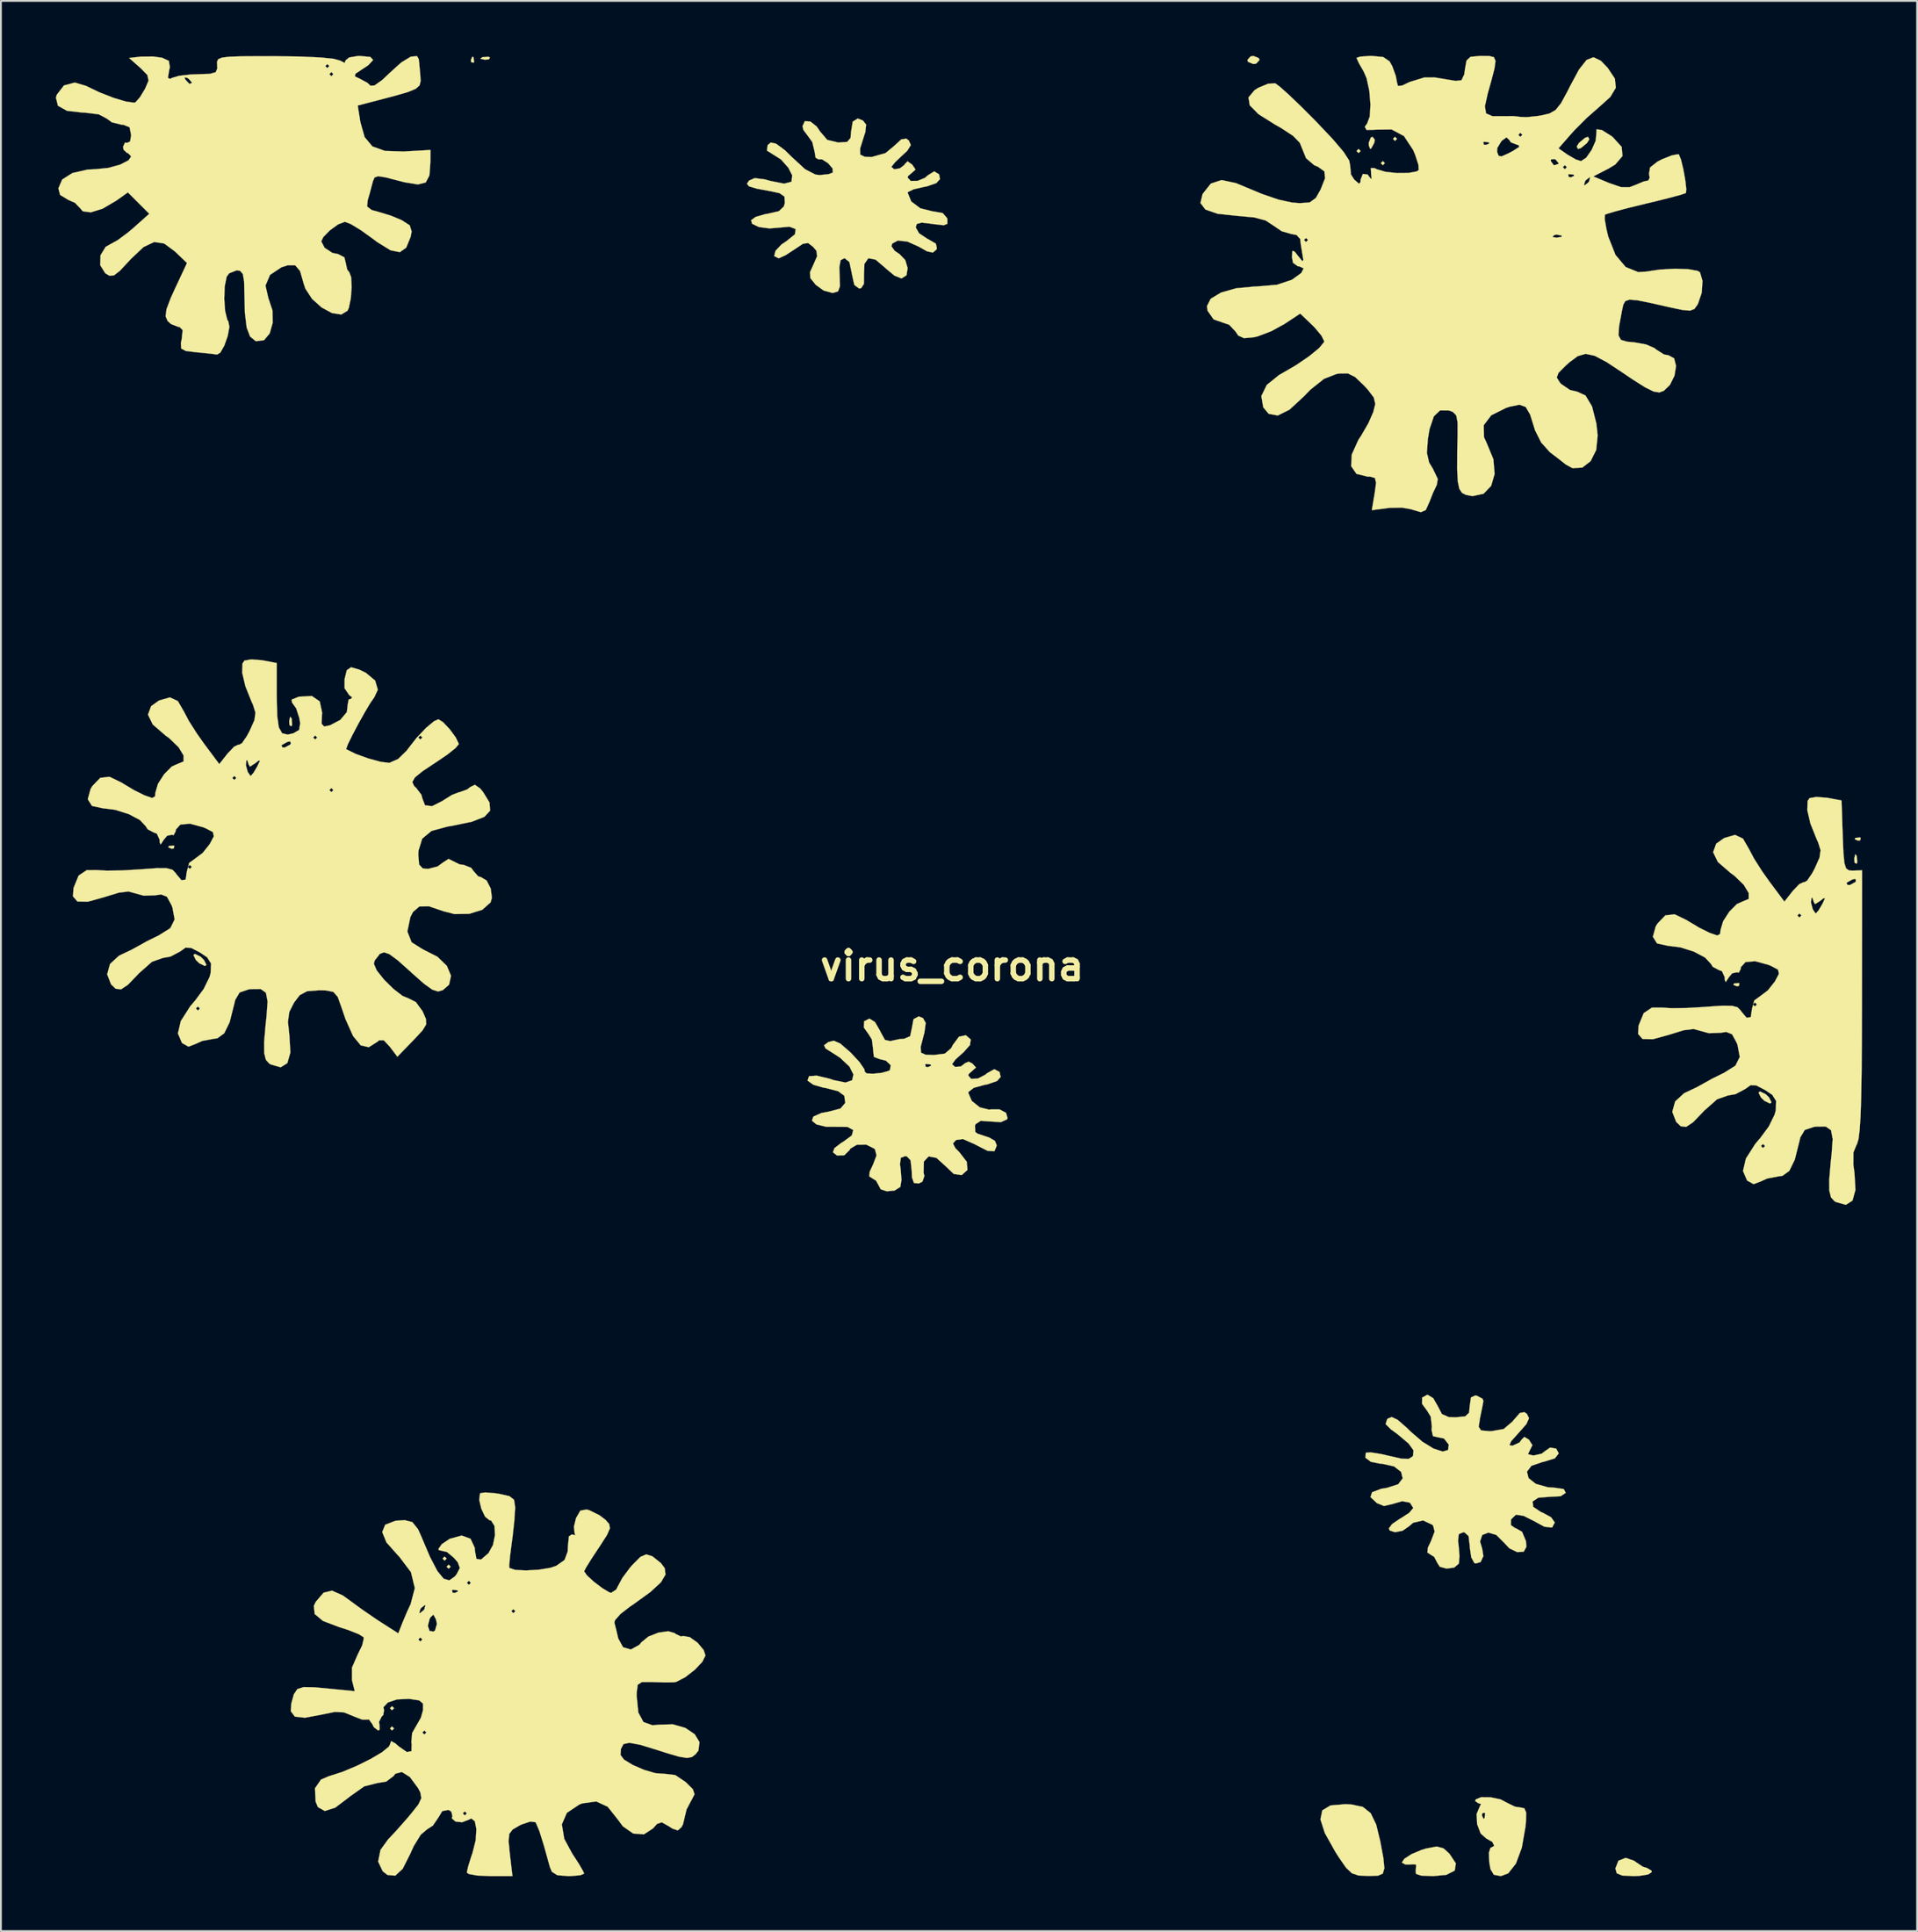
<source format=kicad_pcb>
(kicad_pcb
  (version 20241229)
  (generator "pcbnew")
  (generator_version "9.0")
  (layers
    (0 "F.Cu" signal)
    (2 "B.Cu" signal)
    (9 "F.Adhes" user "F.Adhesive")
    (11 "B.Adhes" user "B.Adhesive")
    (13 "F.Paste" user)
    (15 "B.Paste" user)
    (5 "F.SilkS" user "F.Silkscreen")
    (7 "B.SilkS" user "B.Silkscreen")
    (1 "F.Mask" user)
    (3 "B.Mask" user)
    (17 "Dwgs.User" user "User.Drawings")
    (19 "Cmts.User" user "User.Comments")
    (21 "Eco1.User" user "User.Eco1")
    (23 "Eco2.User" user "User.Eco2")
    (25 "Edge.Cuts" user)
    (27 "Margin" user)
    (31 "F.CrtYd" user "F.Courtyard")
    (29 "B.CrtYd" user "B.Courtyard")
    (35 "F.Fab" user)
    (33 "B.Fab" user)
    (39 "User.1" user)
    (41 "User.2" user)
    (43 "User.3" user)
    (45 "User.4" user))
  (footprint "virus_corona"
    (layer "F.Cu")
    (at 48.95 49.701)
    (property "Reference" "virus_corona" (at 0 0 0) (layer "F.SilkS") (effects (font (size 1.524 1.524) (thickness 0.3))))
    (attr through_hole)
    (fp_poly (pts (xy -30.48 40.53) (xy -30.59 40.64) (xy -30.701 40.53) (xy -30.59 40.419) (xy -30.48 40.53)) (stroke (width 0.01) (type solid)) (fill yes) (layer "F.SilkS"))
    (fp_poly (pts (xy -30.48 41.634) (xy -30.59 41.744) (xy -30.701 41.634) (xy -30.59 41.523) (xy -30.48 41.634)) (stroke (width 0.01) (type solid)) (fill yes) (layer "F.SilkS"))
    (fp_poly (pts (xy -27.609 32.357) (xy -27.719 32.468) (xy -27.83 32.357) (xy -27.719 32.247) (xy -27.609 32.357)) (stroke (width 0.01) (type solid)) (fill yes) (layer "F.SilkS"))
    (fp_poly (pts (xy -27.388 32.799) (xy -27.498 32.91) (xy -27.609 32.799) (xy -27.498 32.689) (xy -27.388 32.799)) (stroke (width 0.01) (type solid)) (fill yes) (layer "F.SilkS"))
    (fp_poly (pts (xy 22.308 -44.505) (xy 22.197 -44.395) (xy 22.087 -44.505) (xy 22.197 -44.616) (xy 22.308 -44.505)) (stroke (width 0.01) (type solid)) (fill yes) (layer "F.SilkS"))
    (fp_poly (pts (xy 23.633 -43.843) (xy 23.523 -43.732) (xy 23.412 -43.843) (xy 23.523 -43.953) (xy 23.633 -43.843)) (stroke (width 0.01) (type solid)) (fill yes) (layer "F.SilkS"))
    (fp_poly (pts (xy 24.296 -45.168) (xy 24.185 -45.057) (xy 24.075 -45.168) (xy 24.185 -45.278) (xy 24.296 -45.168)) (stroke (width 0.01) (type solid)) (fill yes) (layer "F.SilkS"))
    (fp_poly (pts (xy -42.481 -6.552) (xy -42.511 -6.421) (xy -42.628 -6.405) (xy -42.81 -6.486) (xy -42.775 -6.552) (xy -42.513 -6.579) (xy -42.481 -6.552)) (stroke (width 0.01) (type solid)) (fill yes) (layer "F.SilkS"))
    (fp_poly (pts (xy -36.072 -13.514) (xy -36.045 -13.169) (xy -36.089 -13.091) (xy -36.19 -13.157) (xy -36.205 -13.381) (xy -36.151 -13.617) (xy -36.072 -13.514)) (stroke (width 0.01) (type solid)) (fill yes) (layer "F.SilkS"))
    (fp_poly (pts (xy -26.136 -49.622) (xy -26.11 -49.36) (xy -26.136 -49.328) (xy -26.268 -49.358) (xy -26.283 -49.475) (xy -26.203 -49.657) (xy -26.136 -49.622)) (stroke (width 0.01) (type solid)) (fill yes) (layer "F.SilkS"))
    (fp_poly (pts (xy -25.239 -49.608) (xy -25.305 -49.508) (xy -25.529 -49.492) (xy -25.765 -49.546) (xy -25.662 -49.626) (xy -25.317 -49.652) (xy -25.239 -49.608)) (stroke (width 0.01) (type solid)) (fill yes) (layer "F.SilkS"))
    (fp_poly (pts (xy 42.996 0.957) (xy 42.966 1.088) (xy 42.849 1.104) (xy 42.667 1.024) (xy 42.701 0.957) (xy 42.964 0.931) (xy 42.996 0.957)) (stroke (width 0.01) (type solid)) (fill yes) (layer "F.SilkS"))
    (fp_poly (pts (xy 49.405 -6.005) (xy 49.431 -5.66) (xy 49.387 -5.582) (xy 49.287 -5.647) (xy 49.271 -5.871) (xy 49.325 -6.107) (xy 49.405 -6.005)) (stroke (width 0.01) (type solid)) (fill yes) (layer "F.SilkS"))
    (fp_poly (pts (xy 49.622 -6.994) (xy 49.592 -6.863) (xy 49.475 -6.847) (xy 49.293 -6.928) (xy 49.328 -6.994) (xy 49.59 -7.021) (xy 49.622 -6.994)) (stroke (width 0.01) (type solid)) (fill yes) (layer "F.SilkS"))
    (fp_poly (pts (xy -41.045 -0.51) (xy -40.861 -0.331) (xy -40.728 -0.065) (xy -40.807 0) (xy -41.119 -0.152) (xy -41.303 -0.331) (xy -41.435 -0.598) (xy -41.357 -0.663) (xy -41.045 -0.51)) (stroke (width 0.01) (type solid)) (fill yes) (layer "F.SilkS"))
    (fp_poly (pts (xy 16.749 -49.576) (xy 16.786 -49.475) (xy 16.607 -49.279) (xy 16.455 -49.254) (xy 16.161 -49.373) (xy 16.123 -49.475) (xy 16.302 -49.671) (xy 16.455 -49.696) (xy 16.749 -49.576)) (stroke (width 0.01) (type solid)) (fill yes) (layer "F.SilkS"))
    (fp_poly (pts (xy 23.085 -45.116) (xy 23.05 -44.947) (xy 22.894 -44.656) (xy 22.836 -44.616) (xy 22.759 -44.796) (xy 22.75 -44.947) (xy 22.865 -45.241) (xy 22.964 -45.278) (xy 23.085 -45.116)) (stroke (width 0.01) (type solid)) (fill yes) (layer "F.SilkS"))
    (fp_poly (pts (xy 34.798 -45.145) (xy 34.677 -44.947) (xy 34.344 -44.669) (xy 34.181 -44.616) (xy 34.113 -44.749) (xy 34.235 -44.947) (xy 34.567 -45.225) (xy 34.731 -45.278) (xy 34.798 -45.145)) (stroke (width 0.01) (type solid)) (fill yes) (layer "F.SilkS"))
    (fp_poly (pts (xy 44.432 6.999) (xy 44.616 7.178) (xy 44.748 7.445) (xy 44.67 7.51) (xy 44.358 7.357) (xy 44.174 7.178) (xy 44.041 6.912) (xy 44.12 6.847) (xy 44.432 6.999)) (stroke (width 0.01) (type solid)) (fill yes) (layer "F.SilkS"))
    (fp_poly (pts (xy 37.253 48.861) (xy 37.321 48.917) (xy 37.725 49.187) (xy 37.952 49.254) (xy 38.196 49.401) (xy 38.21 49.475) (xy 38.013 49.607) (xy 37.514 49.686) (xy 37.217 49.696) (xy 36.592 49.665) (xy 36.297 49.542) (xy 36.223 49.28) (xy 36.223 49.278) (xy 36.39 48.856) (xy 36.785 48.7) (xy 37.253 48.861)) (stroke (width 0.01) (type solid)) (fill yes) (layer "F.SilkS"))
    (fp_poly (pts (xy 26.835 48.181) (xy 27.156 48.469) (xy 27.509 49.002) (xy 27.45 49.393) (xy 26.988 49.628) (xy 26.267 49.696) (xy 25.623 49.671) (xy 25.334 49.576) (xy 25.314 49.381) (xy 25.324 49.355) (xy 25.343 49.083) (xy 25.261 49.05) (xy 24.88 49.066) (xy 24.745 49.059) (xy 24.559 48.956) (xy 24.702 48.747) (xy 25.093 48.494) (xy 25.652 48.26) (xy 25.88 48.192) (xy 26.458 48.081) (xy 26.835 48.181)) (stroke (width 0.01) (type solid)) (fill yes) (layer "F.SilkS"))
    (fp_poly (pts (xy 21.807 45.786) (xy 22.427 45.917) (xy 22.857 46.257) (xy 23.16 46.884) (xy 23.382 47.8) (xy 23.55 48.708) (xy 23.606 49.267) (xy 23.519 49.561) (xy 23.259 49.673) (xy 22.795 49.689) (xy 22.694 49.688) (xy 22.189 49.663) (xy 21.832 49.541) (xy 21.514 49.24) (xy 21.123 48.676) (xy 20.927 48.368) (xy 20.355 47.347) (xy 20.115 46.601) (xy 20.217 46.105) (xy 20.668 45.836) (xy 21.477 45.769) (xy 21.807 45.786)) (stroke (width 0.01) (type solid)) (fill yes) (layer "F.SilkS"))
    (fp_poly (pts (xy 29.41 45.393) (xy 29.956 45.508) (xy 30.335 45.708) (xy 30.741 45.907) (xy 30.994 45.941) (xy 31.247 45.993) (xy 31.35 46.223) (xy 31.337 46.743) (xy 31.313 46.99) (xy 31.113 48.142) (xy 30.789 49.013) (xy 30.368 49.548) (xy 29.963 49.696) (xy 29.585 49.622) (xy 29.4 49.316) (xy 29.334 48.923) (xy 29.318 48.414) (xy 29.396 48.157) (xy 29.42 48.15) (xy 29.605 48.044) (xy 29.503 47.829) (xy 29.188 47.652) (xy 29.184 47.651) (xy 28.867 47.372) (xy 28.672 46.858) (xy 28.648 46.383) (xy 28.934 46.383) (xy 29.015 46.564) (xy 29.081 46.53) (xy 29.108 46.268) (xy 29.081 46.235) (xy 28.95 46.266) (xy 28.934 46.383) (xy 28.648 46.383) (xy 28.644 46.306) (xy 28.796 45.946) (xy 28.885 45.751) (xy 28.744 45.72) (xy 28.567 45.599) (xy 28.596 45.51) (xy 28.892 45.387) (xy 29.41 45.393)) (stroke (width 0.01) (type solid)) (fill yes) (layer "F.SilkS"))
    (fp_poly (pts (xy -4.874 -46.171) (xy -4.698 -45.948) (xy -4.742 -45.541) (xy -4.829 -45.269) (xy -5.027 -44.635) (xy -5.019 -44.308) (xy -4.768 -44.189) (xy -4.407 -44.174) (xy -3.64 -44.39) (xy -3.186 -44.765) (xy -2.781 -45.136) (xy -2.507 -45.182) (xy -2.369 -45.08) (xy -2.256 -44.83) (xy -2.45 -44.518) (xy -2.706 -44.28) (xy -3.105 -43.904) (xy -3.307 -43.655) (xy -3.313 -43.632) (xy -3.161 -43.505) (xy -2.851 -43.56) (xy -2.605 -43.748) (xy -2.586 -43.787) (xy -2.435 -43.942) (xy -2.181 -43.76) (xy -1.998 -43.491) (xy -2.153 -43.355) (xy -2.41 -43.134) (xy -2.43 -43.051) (xy -2.264 -42.871) (xy -1.888 -42.874) (xy -1.485 -43.039) (xy -1.327 -43.178) (xy -0.977 -43.393) (xy -0.716 -43.234) (xy -0.663 -42.974) (xy -0.863 -42.753) (xy -1.38 -42.574) (xy -1.546 -42.543) (xy -2.098 -42.416) (xy -2.406 -42.269) (xy -2.43 -42.226) (xy -2.232 -41.748) (xy -1.736 -41.375) (xy -1.086 -41.214) (xy -0.514 -41.115) (xy -0.27 -40.832) (xy -0.259 -40.783) (xy -0.258 -40.532) (xy -0.462 -40.451) (xy -0.975 -40.508) (xy -1.084 -40.526) (xy -1.667 -40.595) (xy -1.933 -40.522) (xy -1.988 -40.329) (xy -1.803 -40.009) (xy -1.356 -39.713) (xy -1.329 -39.702) (xy -0.887 -39.445) (xy -0.832 -39.18) (xy -0.865 -39.117) (xy -1.057 -38.957) (xy -1.374 -39.029) (xy -1.83 -39.286) (xy -2.443 -39.56) (xy -2.963 -39.616) (xy -3.273 -39.451) (xy -3.313 -39.299) (xy -3.141 -39.057) (xy -2.871 -38.873) (xy -2.56 -38.549) (xy -2.43 -38.11) (xy -2.492 -37.722) (xy -2.76 -37.548) (xy -2.771 -37.548) (xy -3.147 -37.7) (xy -3.595 -38.068) (xy -3.625 -38.1) (xy -4.178 -38.571) (xy -4.576 -38.649) (xy -4.792 -38.34) (xy -4.813 -37.824) (xy -4.818 -37.249) (xy -4.971 -37.014) (xy -5.08 -36.996) (xy -5.344 -37.196) (xy -5.478 -37.807) (xy -5.48 -37.824) (xy -5.61 -38.442) (xy -5.87 -38.652) (xy -5.881 -38.652) (xy -6.092 -38.543) (xy -6.162 -38.154) (xy -6.144 -37.716) (xy -6.127 -37.121) (xy -6.229 -36.842) (xy -6.499 -36.756) (xy -6.535 -36.754) (xy -7.019 -36.887) (xy -7.45 -37.2) (xy -7.746 -37.568) (xy -7.758 -37.898) (xy -7.576 -38.299) (xy -7.372 -38.765) (xy -7.413 -39.059) (xy -7.596 -39.275) (xy -7.864 -39.479) (xy -8.143 -39.442) (xy -8.596 -39.142) (xy -8.602 -39.138) (xy -9.093 -38.817) (xy -9.452 -38.656) (xy -9.488 -38.652) (xy -9.719 -38.769) (xy -9.647 -39.052) (xy -9.319 -39.401) (xy -9.04 -39.589) (xy -8.586 -39.956) (xy -8.544 -40.243) (xy -8.885 -40.373) (xy -9.325 -40.332) (xy -9.979 -40.278) (xy -10.554 -40.354) (xy -10.922 -40.531) (xy -10.981 -40.722) (xy -10.729 -40.908) (xy -10.206 -41.058) (xy -10.053 -41.082) (xy -9.461 -41.22) (xy -9.189 -41.479) (xy -9.135 -41.68) (xy -9.156 -42.015) (xy -9.424 -42.202) (xy -9.887 -42.304) (xy -10.676 -42.45) (xy -11.094 -42.576) (xy -11.206 -42.716) (xy -11.088 -42.893) (xy -10.782 -43.025) (xy -10.25 -42.959) (xy -9.919 -42.869) (xy -9.172 -42.722) (xy -8.773 -42.826) (xy -8.734 -43.175) (xy -8.944 -43.59) (xy -9.348 -44.045) (xy -9.738 -44.291) (xy -10.113 -44.528) (xy -10.077 -44.825) (xy -9.905 -44.968) (xy -9.617 -44.906) (xy -9.14 -44.552) (xy -8.73 -44.153) (xy -8.032 -43.511) (xy -7.467 -43.219) (xy -7.227 -43.19) (xy -6.744 -43.242) (xy -6.513 -43.33) (xy -6.532 -43.558) (xy -6.782 -43.847) (xy -7.105 -44.049) (xy -7.307 -44.052) (xy -7.458 -44.139) (xy -7.51 -44.465) (xy -7.638 -44.997) (xy -7.841 -45.278) (xy -8.122 -45.654) (xy -8.172 -45.857) (xy -8.045 -46.134) (xy -7.746 -46.117) (xy -7.397 -45.843) (xy -7.216 -45.575) (xy -6.822 -45.113) (xy -6.215 -44.967) (xy -5.731 -45.002) (xy -5.546 -45.221) (xy -5.522 -45.541) (xy -5.429 -46.109) (xy -5.154 -46.279) (xy -4.874 -46.171)) (stroke (width 0.01) (type solid)) (fill yes) (layer "F.SilkS"))
    (fp_poly (pts (xy 26.273 23.599) (xy 26.524 24.036) (xy 26.749 24.468) (xy 27.121 24.63) (xy 27.506 24.643) (xy 28.023 24.591) (xy 28.233 24.392) (xy 28.271 24.003) (xy 28.336 23.557) (xy 28.574 23.451) (xy 28.658 23.464) (xy 28.97 23.632) (xy 29.013 23.757) (xy 28.949 24.102) (xy 28.836 24.654) (xy 28.83 24.682) (xy 28.756 25.162) (xy 28.887 25.36) (xy 29.333 25.4) (xy 29.45 25.4) (xy 30.121 25.284) (xy 30.613 24.865) (xy 30.668 24.793) (xy 31.009 24.404) (xy 31.259 24.361) (xy 31.392 24.461) (xy 31.505 24.695) (xy 31.361 25.015) (xy 30.937 25.495) (xy 30.529 25.951) (xy 30.436 26.167) (xy 30.605 26.194) (xy 30.991 26.016) (xy 31.097 25.868) (xy 31.25 25.715) (xy 31.498 25.862) (xy 31.69 26.165) (xy 31.56 26.423) (xy 31.449 26.657) (xy 31.717 26.725) (xy 31.765 26.725) (xy 32.199 26.63) (xy 32.357 26.504) (xy 32.659 26.297) (xy 32.989 26.352) (xy 33.13 26.612) (xy 32.918 26.885) (xy 32.304 27.073) (xy 32.247 27.082) (xy 31.637 27.291) (xy 31.393 27.611) (xy 31.481 27.963) (xy 31.866 28.272) (xy 32.514 28.46) (xy 32.873 28.485) (xy 33.402 28.56) (xy 33.512 28.768) (xy 33.232 28.952) (xy 32.643 28.983) (xy 32.636 28.983) (xy 32.012 29.032) (xy 31.699 29.244) (xy 31.736 29.534) (xy 32.16 29.818) (xy 32.249 29.851) (xy 32.709 30.099) (xy 32.909 30.381) (xy 32.91 30.391) (xy 32.764 30.664) (xy 32.344 30.616) (xy 31.718 30.277) (xy 31.205 30.022) (xy 30.807 29.962) (xy 30.78 29.971) (xy 30.522 30.219) (xy 30.516 30.531) (xy 30.758 30.7) (xy 30.788 30.701) (xy 31.127 30.897) (xy 31.334 31.394) (xy 31.363 31.713) (xy 31.214 31.983) (xy 30.859 32.003) (xy 30.436 31.799) (xy 30.128 31.474) (xy 29.713 31.063) (xy 29.282 30.939) (xy 28.95 31.071) (xy 28.831 31.425) (xy 28.948 31.817) (xy 29.012 32.222) (xy 28.863 32.546) (xy 28.589 32.627) (xy 28.517 32.594) (xy 28.351 32.289) (xy 28.272 31.747) (xy 28.271 31.682) (xy 28.206 31.132) (xy 27.986 30.928) (xy 27.911 30.922) (xy 27.672 31.02) (xy 27.629 31.386) (xy 27.661 31.64) (xy 27.709 32.221) (xy 27.673 32.628) (xy 27.671 32.633) (xy 27.417 32.849) (xy 27.004 32.904) (xy 26.634 32.804) (xy 26.504 32.602) (xy 26.326 32.263) (xy 26.165 32.164) (xy 25.955 32.027) (xy 25.979 31.769) (xy 26.154 31.4) (xy 26.352 30.881) (xy 26.268 30.557) (xy 26.228 30.513) (xy 25.72 30.274) (xy 25.177 30.4) (xy 24.958 30.59) (xy 24.606 30.833) (xy 24.193 30.918) (xy 23.899 30.825) (xy 23.854 30.707) (xy 24.031 30.469) (xy 24.462 30.177) (xy 24.517 30.149) (xy 24.966 29.857) (xy 25.177 29.603) (xy 25.179 29.584) (xy 25.002 29.305) (xy 24.578 29.225) (xy 24.097 29.364) (xy 23.585 29.486) (xy 23.196 29.327) (xy 22.849 29.001) (xy 22.933 28.736) (xy 23.437 28.545) (xy 23.761 28.492) (xy 24.362 28.298) (xy 24.606 27.977) (xy 24.521 27.622) (xy 24.134 27.324) (xy 23.473 27.177) (xy 23.37 27.174) (xy 22.872 27.075) (xy 22.573 26.852) (xy 22.588 26.594) (xy 22.604 26.576) (xy 22.867 26.56) (xy 23.414 26.645) (xy 23.855 26.747) (xy 24.542 26.902) (xy 24.93 26.916) (xy 25.137 26.788) (xy 25.173 26.736) (xy 25.198 26.446) (xy 24.925 26.069) (xy 24.314 25.556) (xy 23.964 25.301) (xy 23.674 25.013) (xy 23.756 24.754) (xy 23.791 24.716) (xy 24.01 24.627) (xy 24.332 24.781) (xy 24.835 25.22) (xy 25.036 25.419) (xy 25.687 25.98) (xy 26.295 26.353) (xy 26.786 26.512) (xy 27.083 26.431) (xy 27.125 26.136) (xy 26.863 25.801) (xy 26.586 25.745) (xy 26.26 25.671) (xy 26.185 25.337) (xy 26.2 25.159) (xy 26.141 24.609) (xy 25.945 24.29) (xy 25.665 23.908) (xy 25.669 23.565) (xy 25.953 23.412) (xy 25.964 23.412) (xy 26.273 23.599)) (stroke (width 0.01) (type solid)) (fill yes) (layer "F.SilkS"))
    (fp_poly (pts (xy -1.594 2.842) (xy -1.443 3.107) (xy -1.515 3.64) (xy -1.549 3.765) (xy -1.716 4.405) (xy -1.701 4.729) (xy -1.451 4.844) (xy -0.989 4.859) (xy -0.397 4.783) (xy -0.058 4.492) (xy 0.04 4.307) (xy 0.374 3.859) (xy 0.747 3.779) (xy 1.017 4.012) (xy 0.972 4.318) (xy 0.619 4.713) (xy 0.588 4.738) (xy 0.19 5.097) (xy 0.002 5.349) (xy 0 5.364) (xy 0.159 5.509) (xy 0.473 5.487) (xy 0.696 5.317) (xy 0.699 5.308) (xy 0.908 5.224) (xy 1.104 5.325) (xy 1.304 5.542) (xy 1.16 5.667) (xy 0.904 5.898) (xy 0.883 5.982) (xy 1.044 6.166) (xy 1.413 6.141) (xy 1.824 5.929) (xy 1.911 5.851) (xy 2.305 5.635) (xy 2.587 5.782) (xy 2.65 6.059) (xy 2.45 6.281) (xy 1.933 6.459) (xy 1.767 6.49) (xy 1.181 6.651) (xy 0.895 6.873) (xy 0.883 6.926) (xy 1.072 7.366) (xy 1.512 7.718) (xy 2.016 7.843) (xy 2.106 7.83) (xy 2.592 7.83) (xy 2.945 8.018) (xy 3.025 8.308) (xy 2.993 8.375) (xy 2.661 8.525) (xy 2.112 8.491) (xy 1.563 8.452) (xy 1.291 8.627) (xy 1.249 8.714) (xy 1.26 9.056) (xy 1.384 9.153) (xy 2.021 9.364) (xy 2.333 9.545) (xy 2.427 9.765) (xy 2.43 9.822) (xy 2.31 10.112) (xy 1.934 10.091) (xy 1.276 9.756) (xy 1.234 9.73) (xy 0.586 9.448) (xy 0.217 9.5) (xy 0.043 9.689) (xy 0.178 9.948) (xy 0.389 10.159) (xy 0.798 10.689) (xy 0.838 11.134) (xy 0.517 11.419) (xy 0.087 11.353) (xy -0.337 10.948) (xy -0.858 10.476) (xy -1.286 10.396) (xy -1.544 10.676) (xy -1.559 11.282) (xy -1.517 11.472) (xy -1.625 11.777) (xy -1.822 11.875) (xy -2.085 11.847) (xy -2.194 11.542) (xy -2.209 11.17) (xy -2.269 10.609) (xy -2.475 10.391) (xy -2.569 10.381) (xy -2.805 10.474) (xy -2.848 10.826) (xy -2.81 11.118) (xy -2.767 11.681) (xy -2.827 12.053) (xy -2.836 12.067) (xy -3.146 12.261) (xy -3.569 12.301) (xy -3.902 12.191) (xy -3.976 12.047) (xy -4.154 11.72) (xy -4.315 11.623) (xy -4.525 11.486) (xy -4.501 11.228) (xy -4.326 10.859) (xy -4.128 10.34) (xy -4.212 10.016) (xy -4.252 9.972) (xy -4.69 9.752) (xy -5.195 9.755) (xy -5.559 9.971) (xy -5.602 10.05) (xy -5.892 10.334) (xy -6.291 10.345) (xy -6.51 10.169) (xy -6.425 9.941) (xy -6.046 9.653) (xy -5.957 9.604) (xy -5.48 9.254) (xy -5.401 8.957) (xy -5.707 8.788) (xy -6.098 8.781) (xy -6.875 8.78) (xy -7.408 8.65) (xy -7.656 8.447) (xy -7.579 8.221) (xy -7.136 8.025) (xy -6.739 7.951) (xy -6.098 7.783) (xy -5.842 7.481) (xy -5.837 7.455) (xy -5.889 7.085) (xy -6.224 6.836) (xy -6.916 6.659) (xy -7.042 6.638) (xy -7.578 6.483) (xy -7.883 6.267) (xy -7.896 6.239) (xy -7.814 6.016) (xy -7.396 5.987) (xy -6.7 6.152) (xy -6.476 6.229) (xy -5.823 6.363) (xy -5.461 6.238) (xy -5.39 5.922) (xy -5.609 5.489) (xy -6.119 5.009) (xy -6.48 4.775) (xy -6.912 4.502) (xy -6.994 4.329) (xy -6.772 4.159) (xy -6.765 4.155) (xy -6.462 4.078) (xy -6.111 4.233) (xy -5.603 4.671) (xy -5.509 4.761) (xy -5.055 5.253) (xy -4.795 5.635) (xy -4.769 5.775) (xy -4.664 5.867) (xy -4.299 5.881) (xy -3.847 5.832) (xy -3.481 5.731) (xy -3.392 5.675) (xy -3.357 5.413) (xy -3.397 5.374) (xy -1.472 5.374) (xy -1.442 5.506) (xy -1.325 5.522) (xy -1.143 5.441) (xy -1.178 5.374) (xy -1.44 5.348) (xy -1.472 5.374) (xy -3.397 5.374) (xy -3.614 5.169) (xy -3.969 5.08) (xy -4.273 4.962) (xy -4.32 4.544) (xy -4.318 4.53) (xy -4.382 4.011) (xy -4.558 3.729) (xy -4.823 3.355) (xy -4.804 3.016) (xy -4.516 2.871) (xy -4.214 3.059) (xy -3.95 3.515) (xy -3.938 3.547) (xy -3.671 4.035) (xy -3.379 4.1) (xy -2.878 3.991) (xy -2.632 3.976) (xy -2.294 3.833) (xy -2.209 3.437) (xy -2.109 2.904) (xy -1.826 2.75) (xy -1.594 2.842)) (stroke (width 0.01) (type solid)) (fill yes) (layer "F.SilkS"))
    (fp_poly (pts (xy 47.769 -9.189) (xy 47.824 -9.18) (xy 48.574 -9.039) (xy 48.638 -7.115) (xy 48.675 -6.191) (xy 48.729 -5.624) (xy 48.823 -5.328) (xy 48.984 -5.218) (xy 49.199 -5.208) (xy 49.696 -5.226) (xy 49.689 2.081) (xy 49.683 4.183) (xy 49.669 5.882) (xy 49.645 7.219) (xy 49.611 8.231) (xy 49.563 8.957) (xy 49.502 9.438) (xy 49.424 9.712) (xy 49.39 9.771) (xy 49.221 10.185) (xy 49.218 10.833) (xy 49.28 11.303) (xy 49.334 12.22) (xy 49.172 12.808) (xy 48.812 13.04) (xy 48.273 12.889) (xy 48.183 12.836) (xy 47.998 12.633) (xy 47.907 12.267) (xy 47.903 11.655) (xy 47.983 10.719) (xy 48.03 10.293) (xy 48.091 9.452) (xy 48.001 8.968) (xy 47.712 8.765) (xy 47.177 8.77) (xy 47.053 8.787) (xy 46.563 8.953) (xy 46.322 9.358) (xy 46.271 9.576) (xy 46.02 10.573) (xy 45.723 11.183) (xy 45.347 11.457) (xy 45.138 11.485) (xy 44.52 11.601) (xy 44.174 11.757) (xy 43.771 11.912) (xy 43.434 11.723) (xy 43.41 11.699) (xy 43.193 11.192) (xy 43.352 10.512) (xy 43.79 9.829) (xy 44.174 9.829) (xy 44.284 9.939) (xy 44.395 9.829) (xy 44.284 9.718) (xy 44.174 9.829) (xy 43.79 9.829) (xy 43.874 9.698) (xy 44.134 9.395) (xy 44.602 8.763) (xy 44.921 8.111) (xy 44.981 7.885) (xy 45.003 7.372) (xy 44.789 7.033) (xy 44.399 6.771) (xy 43.913 6.518) (xy 43.612 6.503) (xy 43.314 6.715) (xy 42.785 6.996) (xy 42.371 7.068) (xy 41.775 7.278) (xy 41.067 7.904) (xy 41.024 7.951) (xy 40.468 8.528) (xy 40.087 8.783) (xy 39.795 8.75) (xy 39.546 8.516) (xy 39.33 7.962) (xy 39.487 7.396) (xy 39.974 6.948) (xy 40.088 6.893) (xy 40.661 6.622) (xy 41.082 6.389) (xy 41.505 6.153) (xy 42.089 5.865) (xy 42.14 5.842) (xy 42.778 5.443) (xy 43.016 4.964) (xy 42.893 4.309) (xy 42.843 4.182) (xy 42.595 3.727) (xy 42.28 3.6) (xy 41.947 3.648) (xy 41.327 3.668) (xy 40.88 3.544) (xy 40.496 3.439) (xy 39.959 3.505) (xy 39.174 3.747) (xy 38.27 3.998) (xy 37.706 3.986) (xy 37.462 3.706) (xy 37.492 3.25) (xy 37.77 2.572) (xy 38.218 2.272) (xy 38.752 2.27) (xy 39.3 2.303) (xy 40.121 2.291) (xy 41.048 2.238) (xy 41.155 2.229) (xy 42.039 2.167) (xy 42.586 2.171) (xy 42.895 2.254) (xy 43.068 2.429) (xy 43.095 2.477) (xy 43.389 2.827) (xy 43.616 2.792) (xy 43.676 2.389) (xy 43.674 2.377) (xy 43.746 2.112) (xy 43.843 2.209) (xy 43.953 2.098) (xy 43.843 1.988) (xy 43.756 2.074) (xy 43.809 1.88) (xy 44.096 1.672) (xy 44.549 1.331) (xy 44.934 0.845) (xy 45.154 0.427) (xy 45.106 0.196) (xy 44.726 -0.004) (xy 44.57 -0.069) (xy 43.855 -0.263) (xy 43.328 -0.216) (xy 43.078 0.061) (xy 43.07 0.149) (xy 42.962 0.362) (xy 42.862 0.34) (xy 42.603 0.396) (xy 42.427 0.603) (xy 42.249 0.873) (xy 42.197 0.757) (xy 42.193 0.607) (xy 42.043 0.28) (xy 41.878 0.221) (xy 41.54 0.042) (xy 41.44 -0.12) (xy 41.118 -0.464) (xy 40.51 -0.786) (xy 39.77 -1.02) (xy 39.094 -1.104) (xy 38.499 -1.234) (xy 38.271 -1.597) (xy 38.425 -2.159) (xy 38.523 -2.321) (xy 38.952 -2.765) (xy 39.457 -2.824) (xy 40.118 -2.505) (xy 40.164 -2.474) (xy 40.806 -2.09) (xy 41.358 -1.816) (xy 41.785 -1.666) (xy 41.945 -1.753) (xy 41.965 -1.963) (xy 42.106 -2.441) (xy 42.312 -2.761) (xy 46.162 -2.761) (xy 46.272 -2.65) (xy 46.383 -2.761) (xy 46.272 -2.871) (xy 46.162 -2.761) (xy 42.312 -2.761) (xy 42.445 -2.967) (xy 42.859 -3.384) (xy 43.031 -3.46) (xy 46.905 -3.46) (xy 47.004 -3.095) (xy 47.151 -2.876) (xy 47.172 -2.871) (xy 47.321 -3.041) (xy 47.515 -3.368) (xy 47.677 -3.704) (xy 47.593 -3.704) (xy 47.413 -3.562) (xy 47.126 -3.379) (xy 47.046 -3.519) (xy 47.045 -3.544) (xy 46.979 -3.735) (xy 46.93 -3.713) (xy 46.905 -3.46) (xy 43.031 -3.46) (xy 43.196 -3.534) (xy 43.503 -3.661) (xy 43.503 -3.988) (xy 43.232 -4.436) (xy 42.725 -4.927) (xy 42.505 -5.089) (xy 41.819 -5.682) (xy 41.56 -6.216) (xy 41.73 -6.681) (xy 42.163 -6.988) (xy 42.757 -7.161) (xy 43.188 -6.959) (xy 43.514 -6.398) (xy 43.791 -5.874) (xy 44.233 -5.178) (xy 44.616 -4.638) (xy 45.453 -3.516) (xy 45.921 -4.111) (xy 46.267 -4.471) (xy 46.428 -4.544) (xy 48.844 -4.544) (xy 48.896 -4.429) (xy 49.02 -4.417) (xy 49.32 -4.578) (xy 49.363 -4.636) (xy 49.327 -4.761) (xy 49.155 -4.723) (xy 48.844 -4.544) (xy 46.428 -4.544) (xy 46.507 -4.58) (xy 46.527 -4.568) (xy 46.695 -4.661) (xy 46.964 -5.054) (xy 47.108 -5.325) (xy 47.371 -5.916) (xy 47.429 -6.324) (xy 47.295 -6.753) (xy 47.217 -6.921) (xy 46.877 -7.773) (xy 46.705 -8.504) (xy 46.72 -9.011) (xy 46.826 -9.167) (xy 47.197 -9.233) (xy 47.769 -9.189)) (stroke (width 0.01) (type solid)) (fill yes) (layer "F.SilkS"))
    (fp_poly (pts (xy -31.777 -49.642) (xy -31.621 -49.476) (xy -31.89 -49.187) (xy -32.191 -48.988) (xy -32.584 -48.727) (xy -32.622 -48.582) (xy -32.357 -48.456) (xy -31.927 -48.223) (xy -31.766 -48.068) (xy -31.543 -48.086) (xy -31.118 -48.389) (xy -30.717 -48.769) (xy -30.085 -49.34) (xy -29.567 -49.656) (xy -29.227 -49.687) (xy -29.131 -49.53) (xy -29.097 -49.212) (xy -29.048 -48.673) (xy -29.046 -48.655) (xy -29.028 -48.325) (xy -29.087 -48.088) (xy -29.294 -47.902) (xy -29.72 -47.726) (xy -30.437 -47.518) (xy -31.417 -47.261) (xy -32.464 -46.989) (xy -32.319 -46.085) (xy -32.088 -45.266) (xy -31.663 -44.756) (xy -30.974 -44.509) (xy -29.951 -44.477) (xy -29.873 -44.482) (xy -28.492 -44.562) (xy -28.496 -43.871) (xy -28.548 -43.17) (xy -28.75 -42.787) (xy -29.178 -42.679) (xy -29.91 -42.799) (xy -30.228 -42.881) (xy -30.95 -43.067) (xy -31.355 -43.128) (xy -31.548 -43.056) (xy -31.638 -42.84) (xy -31.657 -42.765) (xy -31.822 -42.145) (xy -31.918 -41.822) (xy -31.952 -41.474) (xy -31.7 -41.281) (xy -31.381 -41.196) (xy -30.655 -40.976) (xy -30.057 -40.727) (xy -29.621 -40.444) (xy -29.518 -40.111) (xy -29.573 -39.823) (xy -29.815 -39.228) (xy -30.164 -38.982) (xy -30.672 -39.084) (xy -31.394 -39.53) (xy -31.641 -39.715) (xy -32.292 -40.183) (xy -32.841 -40.516) (xy -33.164 -40.64) (xy -33.531 -40.501) (xy -33.979 -40.178) (xy -34.341 -39.809) (xy -34.456 -39.571) (xy -34.271 -39.219) (xy -33.85 -38.942) (xy -33.528 -38.873) (xy -33.191 -38.697) (xy -33.13 -38.444) (xy -33.036 -38.027) (xy -32.925 -37.888) (xy -32.822 -37.612) (xy -32.796 -37.079) (xy -32.841 -36.465) (xy -32.947 -35.947) (xy -33.018 -35.784) (xy -33.364 -35.576) (xy -33.872 -35.657) (xy -34.437 -35.963) (xy -34.956 -36.429) (xy -35.324 -36.992) (xy -35.415 -37.267) (xy -35.612 -37.953) (xy -35.875 -38.263) (xy -36.294 -38.265) (xy -36.629 -38.156) (xy -37.252 -37.742) (xy -37.502 -37.156) (xy -37.346 -36.479) (xy -37.346 -36.479) (xy -37.121 -35.804) (xy -37.108 -35.123) (xy -37.271 -34.544) (xy -37.581 -34.174) (xy -38.004 -34.12) (xy -38.05 -34.136) (xy -38.342 -34.375) (xy -38.529 -34.869) (xy -38.626 -35.682) (xy -38.649 -36.609) (xy -38.667 -37.371) (xy -38.736 -37.789) (xy -38.887 -37.962) (xy -39.07 -37.99) (xy -39.485 -37.827) (xy -39.622 -37.64) (xy -39.728 -37.114) (xy -39.753 -36.428) (xy -39.704 -35.76) (xy -39.587 -35.288) (xy -39.531 -35.202) (xy -39.473 -34.9) (xy -39.564 -34.405) (xy -39.748 -33.882) (xy -39.97 -33.493) (xy -40.146 -33.39) (xy -40.45 -33.432) (xy -41.019 -33.491) (xy -41.262 -33.514) (xy -41.851 -33.585) (xy -42.103 -33.719) (xy -42.121 -34.009) (xy -42.073 -34.248) (xy -42.025 -34.725) (xy -42.19 -34.893) (xy -42.252 -34.897) (xy -42.656 -35.054) (xy -42.845 -35.224) (xy -42.956 -35.478) (xy -42.907 -35.863) (xy -42.675 -36.478) (xy -42.451 -36.97) (xy -41.787 -38.39) (xy -42.444 -39.018) (xy -43.03 -39.452) (xy -43.577 -39.538) (xy -44.162 -39.26) (xy -44.859 -38.603) (xy -44.947 -38.506) (xy -45.452 -37.965) (xy -45.778 -37.713) (xy -46.027 -37.697) (xy -46.25 -37.83) (xy -46.526 -38.27) (xy -46.509 -38.814) (xy -46.23 -39.27) (xy -45.977 -39.414) (xy -45.582 -39.631) (xy -45.028 -40.04) (xy -44.71 -40.309) (xy -43.847 -41.077) (xy -44.432 -41.661) (xy -45.016 -42.245) (xy -45.658 -41.789) (xy -46.401 -41.354) (xy -47.039 -41.156) (xy -47.481 -41.214) (xy -47.611 -41.37) (xy -47.908 -41.678) (xy -48.276 -41.839) (xy -48.716 -42.106) (xy -48.81 -42.466) (xy -48.605 -42.946) (xy -48.046 -43.302) (xy -47.212 -43.491) (xy -46.791 -43.511) (xy -46.087 -43.582) (xy -45.437 -43.761) (xy -44.976 -44) (xy -44.837 -44.209) (xy -45.006 -44.39) (xy -45.057 -44.395) (xy -45.251 -44.575) (xy -45.278 -44.739) (xy -45.171 -44.968) (xy -45.057 -44.947) (xy -44.894 -45.025) (xy -44.837 -45.376) (xy -44.925 -45.805) (xy -45.267 -45.938) (xy -45.362 -45.941) (xy -45.89 -46.073) (xy -46.162 -46.272) (xy -46.608 -46.508) (xy -47.391 -46.603) (xy -47.487 -46.603) (xy -48.341 -46.7) (xy -48.836 -46.977) (xy -48.945 -47.418) (xy -48.9 -47.576) (xy -48.507 -48.084) (xy -47.913 -48.241) (xy -47.317 -48.067) (xy -46.567 -47.708) (xy -45.796 -47.407) (xy -45.126 -47.206) (xy -44.682 -47.144) (xy -44.6 -47.166) (xy -44.358 -47.439) (xy -44.072 -47.912) (xy -43.887 -48.348) (xy -43.949 -48.652) (xy -44.307 -49.02) (xy -44.35 -49.057) (xy -44.947 -49.585) (xy -44.313 -49.658) (xy -43.638 -49.666) (xy -43.15 -49.598) (xy -42.778 -49.427) (xy -42.724 -49.088) (xy -42.768 -48.885) (xy -42.83 -48.493) (xy -42.703 -48.444) (xy -42.605 -48.498) (xy -42.501 -48.528) (xy -41.93 -48.528) (xy -41.876 -48.405) (xy -41.653 -48.167) (xy -41.526 -48.216) (xy -41.523 -48.247) (xy -41.68 -48.434) (xy -41.778 -48.502) (xy -41.93 -48.528) (xy -42.501 -48.528) (xy -42.213 -48.612) (xy -41.566 -48.684) (xy -41.192 -48.696) (xy -41.029 -48.702) (xy -34.014 -48.702) (xy -33.903 -48.591) (xy -33.793 -48.702) (xy -33.903 -48.812) (xy -34.014 -48.702) (xy -41.029 -48.702) (xy -40.538 -48.718) (xy -40.22 -48.808) (xy -40.13 -49.017) (xy -40.137 -49.143) (xy -34.235 -49.143) (xy -34.124 -49.033) (xy -34.014 -49.143) (xy -34.124 -49.254) (xy -34.235 -49.143) (xy -40.137 -49.143) (xy -40.14 -49.194) (xy -40.147 -49.385) (xy -40.08 -49.519) (xy -39.872 -49.606) (xy -39.458 -49.655) (xy -38.773 -49.677) (xy -37.75 -49.683) (xy -36.948 -49.682) (xy -35.59 -49.663) (xy -34.514 -49.614) (xy -33.774 -49.539) (xy -33.421 -49.441) (xy -33.418 -49.438) (xy -33.175 -49.316) (xy -33.13 -49.448) (xy -32.936 -49.612) (xy -32.459 -49.693) (xy -32.357 -49.696) (xy -31.777 -49.642)) (stroke (width 0.01) (type solid)) (fill yes) (layer "F.SilkS"))
    (fp_poly (pts (xy -37.707 -16.699) (xy -37.644 -16.688) (xy -36.885 -16.545) (xy -36.885 -14.691) (xy -36.862 -13.673) (xy -36.774 -13.033) (xy -36.592 -12.709) (xy -36.288 -12.637) (xy -35.977 -12.708) (xy -35.663 -12.891) (xy -35.605 -13.252) (xy -35.651 -13.54) (xy -35.824 -14.071) (xy -36.049 -14.386) (xy -36.076 -14.544) (xy -35.695 -14.701) (xy -35.68 -14.705) (xy -34.968 -14.745) (xy -34.538 -14.449) (xy -34.408 -13.836) (xy -34.417 -13.701) (xy -34.435 -13.224) (xy -34.297 -13.079) (xy -33.976 -13.144) (xy -33.415 -13.439) (xy -33.056 -13.865) (xy -33.007 -14.292) (xy -33.008 -14.295) (xy -32.957 -14.551) (xy -32.847 -14.584) (xy -32.765 -14.669) (xy -32.928 -14.795) (xy -33.182 -15.17) (xy -33.179 -15.672) (xy -33.06 -16.152) (xy -32.828 -16.314) (xy -32.381 -16.187) (xy -32.015 -16.007) (xy -31.513 -15.588) (xy -31.366 -15.091) (xy -31.557 -14.677) (xy -31.767 -14.378) (xy -32.079 -13.854) (xy -32.432 -13.223) (xy -32.761 -12.6) (xy -33.004 -12.104) (xy -33.097 -11.851) (xy -33.093 -11.841) (xy -32.578 -11.585) (xy -31.887 -11.335) (xy -31.21 -11.151) (xy -30.739 -11.093) (xy -30.737 -11.093) (xy -30.258 -11.304) (xy -29.789 -11.762) (xy -29.755 -11.81) (xy -29.258 -12.447) (xy -29.228 -12.479) (xy -29.155 -12.479) (xy -29.044 -12.369) (xy -28.934 -12.479) (xy -29.044 -12.59) (xy -29.155 -12.479) (xy -29.228 -12.479) (xy -28.734 -13.002) (xy -28.285 -13.374) (xy -28.055 -13.473) (xy -27.797 -13.311) (xy -27.439 -12.929) (xy -27.114 -12.488) (xy -26.949 -12.145) (xy -26.946 -12.115) (xy -27.118 -11.905) (xy -27.568 -11.547) (xy -28.146 -11.154) (xy -28.911 -10.647) (xy -29.34 -10.299) (xy -29.482 -10.047) (xy -29.385 -9.83) (xy -29.263 -9.716) (xy -28.984 -9.347) (xy -28.934 -9.152) (xy -28.79 -8.779) (xy -28.406 -8.728) (xy -27.848 -9.008) (xy -27.818 -9.03) (xy -27.312 -9.345) (xy -26.919 -9.495) (xy -26.889 -9.497) (xy -26.484 -9.642) (xy -26.316 -9.773) (xy -26.064 -9.898) (xy -25.778 -9.697) (xy -25.614 -9.497) (xy -25.265 -8.928) (xy -25.232 -8.487) (xy -25.544 -8.148) (xy -26.232 -7.879) (xy -27.326 -7.652) (xy -27.558 -7.615) (xy -28.433 -7.377) (xy -28.943 -6.956) (xy -29.145 -6.297) (xy -29.155 -6.058) (xy -29.11 -5.541) (xy -28.916 -5.332) (xy -28.63 -5.301) (xy -28.098 -5.437) (xy -27.822 -5.642) (xy -27.503 -5.85) (xy -27.309 -5.752) (xy -26.902 -5.551) (xy -26.674 -5.522) (xy -26.269 -5.363) (xy -26.142 -5.19) (xy -25.884 -4.897) (xy -25.743 -4.859) (xy -25.425 -4.67) (xy -25.198 -4.229) (xy -25.136 -3.726) (xy -25.209 -3.473) (xy -25.659 -3.073) (xy -26.367 -2.851) (xy -27.174 -2.837) (xy -27.776 -2.991) (xy -28.57 -3.259) (xy -29.096 -3.252) (xy -29.445 -2.953) (xy -29.59 -2.667) (xy -29.753 -1.885) (xy -29.52 -1.294) (xy -28.893 -0.902) (xy -28.884 -0.899) (xy -28.112 -0.508) (xy -27.594 -0.005) (xy -27.369 0.531) (xy -27.475 1.019) (xy -27.816 1.318) (xy -28.079 1.39) (xy -28.393 1.289) (xy -28.839 0.969) (xy -29.502 0.384) (xy -29.585 0.306) (xy -30.271 -0.307) (xy -30.727 -0.645) (xy -31.026 -0.751) (xy -31.245 -0.669) (xy -31.255 -0.661) (xy -31.533 -0.308) (xy -31.584 -0.127) (xy -31.424 0.243) (xy -31.027 0.742) (xy -30.517 1.246) (xy -30.019 1.631) (xy -29.677 1.772) (xy -29.289 1.968) (xy -28.927 2.463) (xy -28.92 2.477) (xy -28.738 2.889) (xy -28.726 3.192) (xy -28.931 3.524) (xy -29.396 4.023) (xy -29.436 4.065) (xy -30.298 4.952) (xy -30.708 4.409) (xy -31.038 4.056) (xy -31.289 4.053) (xy -31.396 4.141) (xy -31.862 4.433) (xy -32.297 4.331) (xy -32.717 3.822) (xy -33.134 2.892) (xy -33.347 2.264) (xy -33.556 1.683) (xy -33.798 1.411) (xy -34.226 1.33) (xy -34.58 1.325) (xy -35.226 1.375) (xy -35.629 1.589) (xy -35.945 2.002) (xy -36.201 2.509) (xy -36.275 3.042) (xy -36.196 3.797) (xy -36.194 3.809) (xy -36.142 4.719) (xy -36.307 5.302) (xy -36.671 5.53) (xy -37.212 5.375) (xy -37.293 5.326) (xy -37.478 5.124) (xy -37.57 4.757) (xy -37.574 4.146) (xy -37.494 3.209) (xy -37.447 2.783) (xy -37.386 1.943) (xy -37.476 1.458) (xy -37.764 1.255) (xy -38.3 1.26) (xy -38.424 1.277) (xy -38.913 1.444) (xy -39.154 1.848) (xy -39.206 2.066) (xy -39.457 3.064) (xy -39.754 3.673) (xy -40.13 3.947) (xy -40.338 3.976) (xy -40.956 4.091) (xy -41.302 4.247) (xy -41.706 4.403) (xy -42.042 4.214) (xy -42.067 4.189) (xy -42.283 3.682) (xy -42.124 3.002) (xy -41.687 2.319) (xy -41.303 2.319) (xy -41.192 2.43) (xy -41.082 2.319) (xy -41.192 2.209) (xy -41.303 2.319) (xy -41.687 2.319) (xy -41.603 2.189) (xy -41.342 1.885) (xy -40.875 1.253) (xy -40.555 0.602) (xy -40.495 0.375) (xy -40.474 -0.138) (xy -40.687 -0.476) (xy -41.078 -0.739) (xy -41.564 -0.991) (xy -41.865 -1.006) (xy -42.163 -0.794) (xy -42.691 -0.514) (xy -43.106 -0.442) (xy -43.701 -0.231) (xy -44.41 0.394) (xy -44.453 0.442) (xy -45.009 1.019) (xy -45.389 1.274) (xy -45.682 1.241) (xy -45.931 1.006) (xy -46.147 0.453) (xy -45.989 -0.114) (xy -45.503 -0.561) (xy -45.389 -0.617) (xy -44.816 -0.888) (xy -44.395 -1.12) (xy -43.971 -1.357) (xy -43.387 -1.644) (xy -43.336 -1.668) (xy -42.698 -2.067) (xy -42.461 -2.545) (xy -42.584 -3.2) (xy -42.634 -3.328) (xy -42.881 -3.783) (xy -43.197 -3.909) (xy -43.53 -3.861) (xy -44.149 -3.841) (xy -44.596 -3.965) (xy -44.981 -4.071) (xy -45.518 -4.005) (xy -46.303 -3.763) (xy -47.207 -3.512) (xy -47.771 -3.524) (xy -48.015 -3.803) (xy -47.984 -4.26) (xy -47.706 -4.938) (xy -47.259 -5.238) (xy -46.724 -5.239) (xy -46.176 -5.207) (xy -45.355 -5.218) (xy -44.429 -5.272) (xy -44.322 -5.28) (xy -43.437 -5.343) (xy -42.891 -5.339) (xy -42.581 -5.256) (xy -42.409 -5.081) (xy -42.381 -5.032) (xy -42.088 -4.683) (xy -41.861 -4.718) (xy -41.801 -5.121) (xy -41.802 -5.132) (xy -41.73 -5.397) (xy -41.634 -5.301) (xy -41.523 -5.411) (xy -41.634 -5.522) (xy -41.72 -5.435) (xy -41.668 -5.63) (xy -41.38 -5.838) (xy -40.927 -6.178) (xy -40.542 -6.664) (xy -40.322 -7.083) (xy -40.371 -7.314) (xy -40.75 -7.514) (xy -40.906 -7.578) (xy -41.621 -7.773) (xy -42.149 -7.725) (xy -42.398 -7.448) (xy -42.407 -7.36) (xy -42.515 -7.148) (xy -42.614 -7.17) (xy -42.874 -7.113) (xy -43.049 -6.907) (xy -43.227 -6.637) (xy -43.279 -6.752) (xy -43.284 -6.902) (xy -43.434 -7.229) (xy -43.598 -7.289) (xy -43.937 -7.467) (xy -44.037 -7.63) (xy -44.359 -7.974) (xy -44.967 -8.295) (xy -45.707 -8.53) (xy -46.382 -8.614) (xy -46.977 -8.743) (xy -47.206 -9.107) (xy -47.051 -9.668) (xy -46.954 -9.83) (xy -46.524 -10.275) (xy -46.019 -10.334) (xy -45.359 -10.015) (xy -45.312 -9.984) (xy -44.67 -9.599) (xy -44.119 -9.326) (xy -43.692 -9.176) (xy -43.531 -9.263) (xy -43.511 -9.472) (xy -43.472 -9.608) (xy -34.014 -9.608) (xy -33.903 -9.497) (xy -33.793 -9.608) (xy -33.903 -9.718) (xy -34.014 -9.608) (xy -43.472 -9.608) (xy -43.371 -9.951) (xy -43.165 -10.27) (xy -39.315 -10.27) (xy -39.204 -10.16) (xy -39.094 -10.27) (xy -39.204 -10.381) (xy -39.315 -10.27) (xy -43.165 -10.27) (xy -43.032 -10.477) (xy -42.618 -10.893) (xy -42.446 -10.97) (xy -38.571 -10.97) (xy -38.473 -10.605) (xy -38.326 -10.385) (xy -38.305 -10.381) (xy -38.155 -10.551) (xy -37.961 -10.878) (xy -37.799 -11.213) (xy -37.883 -11.214) (xy -38.064 -11.072) (xy -38.35 -10.889) (xy -38.431 -11.029) (xy -38.431 -11.053) (xy -38.498 -11.244) (xy -38.547 -11.222) (xy -38.571 -10.97) (xy -42.446 -10.97) (xy -42.28 -11.043) (xy -41.974 -11.17) (xy -41.973 -11.497) (xy -42.245 -11.946) (xy -42.752 -12.436) (xy -42.972 -12.598) (xy -43.658 -13.191) (xy -43.917 -13.726) (xy -43.747 -14.19) (xy -43.314 -14.498) (xy -42.719 -14.67) (xy -42.288 -14.468) (xy -41.962 -13.908) (xy -41.686 -13.384) (xy -41.243 -12.688) (xy -40.861 -12.148) (xy -40.024 -11.026) (xy -39.556 -11.62) (xy -39.209 -11.981) (xy -39.048 -12.054) (xy -36.632 -12.054) (xy -36.58 -11.939) (xy -36.457 -11.927) (xy -36.157 -12.087) (xy -36.114 -12.145) (xy -36.149 -12.271) (xy -36.322 -12.232) (xy -36.632 -12.054) (xy -39.048 -12.054) (xy -38.97 -12.089) (xy -38.95 -12.077) (xy -38.782 -12.17) (xy -38.571 -12.479) (xy -34.897 -12.479) (xy -34.787 -12.369) (xy -34.677 -12.479) (xy -34.787 -12.59) (xy -34.897 -12.479) (xy -38.571 -12.479) (xy -38.513 -12.564) (xy -38.368 -12.835) (xy -38.105 -13.425) (xy -38.048 -13.834) (xy -38.181 -14.263) (xy -38.259 -14.431) (xy -38.6 -15.283) (xy -38.772 -16.013) (xy -38.757 -16.521) (xy -38.651 -16.677) (xy -38.28 -16.743) (xy -37.707 -16.699)) (stroke (width 0.01) (type solid)) (fill yes) (layer "F.SilkS"))
    (fp_poly (pts (xy -24.96 28.789) (xy -24.752 28.821) (xy -24.18 28.948) (xy -23.926 29.147) (xy -23.868 29.534) (xy -23.87 29.671) (xy -23.912 30.299) (xy -24.001 31.124) (xy -24.063 31.584) (xy -24.15 32.262) (xy -24.189 32.733) (xy -24.179 32.869) (xy -23.862 32.976) (xy -23.275 33.006) (xy -22.583 32.966) (xy -21.951 32.864) (xy -21.621 32.754) (xy -21.166 32.433) (xy -20.997 31.974) (xy -20.983 31.666) (xy -20.929 31.145) (xy -20.763 31.035) (xy -20.728 31.053) (xy -20.575 31.079) (xy -20.619 30.974) (xy -20.654 30.612) (xy -20.542 30.152) (xy -20.307 29.741) (xy -19.969 29.679) (xy -19.823 29.715) (xy -19.257 29.993) (xy -18.929 30.244) (xy -18.728 30.473) (xy -18.691 30.709) (xy -18.847 31.064) (xy -19.222 31.65) (xy -19.315 31.789) (xy -19.721 32.406) (xy -20.004 32.864) (xy -20.099 33.053) (xy -19.938 33.284) (xy -19.554 33.632) (xy -19.099 33.977) (xy -18.723 34.2) (xy -18.623 34.228) (xy -18.348 34.052) (xy -18.233 33.829) (xy -18.009 33.413) (xy -17.606 32.871) (xy -17.465 32.706) (xy -17.026 32.266) (xy -16.707 32.128) (xy -16.374 32.231) (xy -16.369 32.234) (xy -15.904 32.606) (xy -15.696 32.882) (xy -15.655 33.232) (xy -15.904 33.652) (xy -16.477 34.181) (xy -17.409 34.856) (xy -17.6 34.984) (xy -18.115 35.383) (xy -18.414 35.725) (xy -18.446 35.856) (xy -18.344 36.253) (xy -18.236 36.72) (xy -17.971 37.2) (xy -17.546 37.323) (xy -17.087 37.07) (xy -16.964 36.922) (xy -16.583 36.614) (xy -16.039 36.402) (xy -15.503 36.326) (xy -15.146 36.429) (xy -15.116 36.466) (xy -14.817 36.61) (xy -14.69 36.585) (xy -14.331 36.647) (xy -13.905 36.95) (xy -13.569 37.355) (xy -13.473 37.647) (xy -13.644 37.996) (xy -14.06 38.433) (xy -14.58 38.837) (xy -15.061 39.086) (xy -15.202 39.115) (xy -15.665 39.12) (xy -16.311 39.102) (xy -16.4 39.098) (xy -16.941 39.099) (xy -17.173 39.249) (xy -17.227 39.672) (xy -17.228 39.865) (xy -17.14 40.763) (xy -16.859 41.284) (xy -16.362 41.461) (xy -16.021 41.429) (xy -15.253 41.409) (xy -14.574 41.602) (xy -14.062 41.947) (xy -13.797 42.38) (xy -13.856 42.839) (xy -14.003 43.032) (xy -14.212 43.194) (xy -14.48 43.245) (xy -14.908 43.176) (xy -15.597 42.975) (xy -16.109 42.81) (xy -17.036 42.526) (xy -17.626 42.415) (xy -17.952 42.487) (xy -18.089 42.752) (xy -18.111 43.083) (xy -17.92 43.336) (xy -17.443 43.627) (xy -16.825 43.894) (xy -16.208 44.076) (xy -15.739 44.11) (xy -15.732 44.108) (xy -15.119 44.18) (xy -14.556 44.559) (xy -14.162 44.949) (xy -14.07 45.225) (xy -14.233 45.547) (xy -14.254 45.578) (xy -14.507 46.063) (xy -14.581 46.377) (xy -14.699 46.866) (xy -14.778 47.019) (xy -14.981 47.202) (xy -15.287 47.097) (xy -15.467 46.977) (xy -15.855 46.758) (xy -16.122 46.849) (xy -16.338 47.092) (xy -16.836 47.417) (xy -17.42 47.37) (xy -17.983 46.976) (xy -18.247 46.62) (xy -18.809 45.91) (xy -19.439 45.619) (xy -20.196 45.724) (xy -20.362 45.788) (xy -21.042 46.243) (xy -21.317 46.87) (xy -21.184 47.662) (xy -20.756 48.455) (xy -20.387 49.024) (xy -20.149 49.437) (xy -20.099 49.562) (xy -20.295 49.646) (xy -20.783 49.693) (xy -20.968 49.696) (xy -21.562 49.648) (xy -21.86 49.459) (xy -21.969 49.199) (xy -22.297 48.019) (xy -22.543 47.236) (xy -22.719 46.815) (xy -22.763 46.75) (xy -23.042 46.718) (xy -23.523 46.88) (xy -23.609 46.922) (xy -24.001 47.149) (xy -24.189 47.394) (xy -24.224 47.799) (xy -24.156 48.487) (xy -24.014 49.696) (xy -25.259 49.696) (xy -25.934 49.665) (xy -26.386 49.584) (xy -26.504 49.503) (xy -26.436 49.188) (xy -26.266 48.637) (xy -26.196 48.436) (xy -26.022 47.746) (xy -25.982 47.135) (xy -26.065 46.703) (xy -26.259 46.548) (xy -26.418 46.623) (xy -26.765 46.756) (xy -27.124 46.716) (xy -27.32 46.545) (xy -27.293 46.407) (xy -27.327 46.272) (xy -26.725 46.272) (xy -26.615 46.383) (xy -26.504 46.272) (xy -26.615 46.162) (xy -26.725 46.272) (xy -27.327 46.272) (xy -27.352 46.173) (xy -27.507 46.079) (xy -27.848 46.148) (xy -28.045 46.478) (xy -28.36 46.939) (xy -28.678 47.144) (xy -29.025 47.439) (xy -29.407 48.062) (xy -29.6 48.489) (xy -30.007 49.294) (xy -30.411 49.672) (xy -30.836 49.635) (xy -31.098 49.431) (xy -31.348 48.903) (xy -31.22 48.269) (xy -30.818 47.71) (xy -30.335 47.192) (xy -29.766 46.547) (xy -29.56 46.304) (xy -29.146 45.78) (xy -28.988 45.435) (xy -29.044 45.125) (xy -29.167 44.89) (xy -29.615 44.284) (xy -30.051 44.011) (xy -30.409 44.105) (xy -30.503 44.229) (xy -30.909 44.536) (xy -31.403 44.616) (xy -32.109 44.795) (xy -32.901 45.355) (xy -32.939 45.389) (xy -33.695 45.96) (xy -34.262 46.14) (xy -34.637 45.929) (xy -34.763 45.627) (xy -34.797 44.9) (xy -34.469 44.425) (xy -34.05 44.246) (xy -33.316 44.011) (xy -32.514 43.676) (xy -31.749 43.296) (xy -31.128 42.927) (xy -30.759 42.623) (xy -30.701 42.507) (xy -30.64 42.324) (xy -30.406 42.451) (xy -30.226 42.612) (xy -29.777 42.923) (xy -29.527 42.872) (xy -29.517 42.472) (xy -29.534 42.399) (xy -29.491 41.885) (xy -29.474 41.855) (xy -28.934 41.855) (xy -28.823 41.965) (xy -28.713 41.855) (xy -28.823 41.744) (xy -28.934 41.855) (xy -29.474 41.855) (xy -29.313 41.571) (xy -29.013 41.048) (xy -28.899 40.64) (xy -28.898 40.276) (xy -29.106 40.1) (xy -29.637 40.021) (xy -29.667 40.018) (xy -30.318 40.048) (xy -30.819 40.216) (xy -31.058 40.471) (xy -31.026 40.65) (xy -31.072 40.909) (xy -31.154 40.978) (xy -31.303 41.282) (xy -31.275 41.435) (xy -31.27 41.706) (xy -31.347 41.744) (xy -31.578 41.567) (xy -31.676 41.381) (xy -31.853 41.138) (xy -31.949 41.152) (xy -32.214 41.152) (xy -32.682 40.974) (xy -32.736 40.947) (xy -33.224 40.753) (xy -33.725 40.732) (xy -34.436 40.877) (xy -34.446 40.88) (xy -35.347 41.049) (xy -35.894 40.989) (xy -36.12 40.69) (xy -36.087 40.258) (xy -35.95 39.765) (xy -35.762 39.486) (xy -35.419 39.375) (xy -34.815 39.387) (xy -34.183 39.446) (xy -32.625 39.599) (xy -32.777 38.994) (xy -32.777 38.313) (xy -32.475 37.62) (xy -32.217 37.09) (xy -32.144 36.775) (xy -29.155 36.775) (xy -29.044 36.885) (xy -28.934 36.775) (xy -29.044 36.664) (xy -29.155 36.775) (xy -32.144 36.775) (xy -32.129 36.711) (xy -32.145 36.65) (xy -32.411 36.483) (xy -32.967 36.262) (xy -33.488 36.095) (xy -34.364 35.761) (xy -34.815 35.381) (xy -34.859 34.938) (xy -34.752 34.716) (xy -34.329 34.222) (xy -33.867 34.109) (xy -33.28 34.371) (xy -32.988 34.58) (xy -32.251 35.119) (xy -31.434 35.68) (xy -31.196 35.835) (xy -30.248 36.441) (xy -30.087 36.032) (xy -28.634 36.032) (xy -28.539 36.312) (xy -28.32 36.342) (xy -28.239 36.279) (xy -28.138 35.926) (xy -28.187 35.683) (xy -28.33 35.416) (xy -28.486 35.559) (xy -28.537 35.648) (xy -28.634 36.032) (xy -30.087 36.032) (xy -30.009 35.835) (xy -29.794 35.325) (xy -29.101 35.325) (xy -29.07 35.339) (xy -28.927 35.229) (xy -24.075 35.229) (xy -23.964 35.339) (xy -23.854 35.229) (xy -23.964 35.118) (xy -24.075 35.229) (xy -28.927 35.229) (xy -28.869 35.184) (xy -28.823 35.118) (xy -28.767 34.912) (xy -28.797 34.897) (xy -28.999 35.053) (xy -29.044 35.118) (xy -29.101 35.325) (xy -29.794 35.325) (xy -29.762 35.249) (xy -29.573 34.845) (xy -29.375 34.088) (xy -27.314 34.088) (xy -27.284 34.219) (xy -27.167 34.235) (xy -26.985 34.154) (xy -27.02 34.088) (xy -27.282 34.061) (xy -27.314 34.088) (xy -29.375 34.088) (xy -29.344 33.97) (xy -29.414 33.683) (xy -26.504 33.683) (xy -26.394 33.793) (xy -26.283 33.683) (xy -26.394 33.572) (xy -26.504 33.683) (xy -29.414 33.683) (xy -29.554 33.1) (xy -30.2 32.246) (xy -30.259 32.189) (xy -30.893 31.474) (xy -31.126 30.908) (xy -30.962 30.51) (xy -30.404 30.294) (xy -29.898 30.259) (xy -29.482 30.365) (xy -29.171 30.751) (xy -29.019 31.087) (xy -28.52 32.26) (xy -28.113 33.04) (xy -27.77 33.458) (xy -27.463 33.547) (xy -27.161 33.337) (xy -27.062 33.213) (xy -26.886 32.873) (xy -26.999 32.56) (xy -27.215 32.309) (xy -27.592 31.998) (xy -27.86 31.934) (xy -27.862 31.935) (xy -28.04 31.891) (xy -28.05 31.824) (xy -27.874 31.573) (xy -27.448 31.284) (xy -27.436 31.278) (xy -26.783 31.099) (xy -26.302 31.276) (xy -26.072 31.77) (xy -26.063 31.927) (xy -25.98 32.373) (xy -25.731 32.413) (xy -25.324 32.064) (xy -25.075 31.613) (xy -24.965 31.063) (xy -24.997 30.568) (xy -25.177 30.282) (xy -25.272 30.259) (xy -25.505 30.071) (xy -25.711 29.638) (xy -25.826 29.152) (xy -25.785 28.808) (xy -25.767 28.786) (xy -25.496 28.746) (xy -24.96 28.789)) (stroke (width 0.01) (type solid)) (fill yes) (layer "F.SilkS"))
    (fp_poly (pts (xy 29.343 -49.692) (xy 29.589 -49.628) (xy 29.676 -49.423) (xy 29.618 -48.999) (xy 29.428 -48.275) (xy 29.254 -47.657) (xy 29.095 -46.946) (xy 29.16 -46.558) (xy 29.507 -46.408) (xy 30.085 -46.406) (xy 30.653 -46.41) (xy 31.025 -46.37) (xy 31.032 -46.367) (xy 31.376 -46.353) (xy 31.958 -46.413) (xy 32.142 -46.442) (xy 32.619 -46.55) (xy 32.958 -46.744) (xy 33.256 -47.118) (xy 33.61 -47.77) (xy 33.745 -48.041) (xy 34.238 -48.956) (xy 34.649 -49.476) (xy 35.029 -49.625) (xy 35.431 -49.431) (xy 35.802 -49.045) (xy 36.193 -48.459) (xy 36.248 -47.961) (xy 35.944 -47.456) (xy 35.325 -46.898) (xy 34.663 -46.317) (xy 33.988 -45.64) (xy 33.826 -45.462) (xy 33.116 -44.651) (xy 33.614 -44.302) (xy 34.064 -44.042) (xy 34.347 -43.953) (xy 34.627 -44.136) (xy 34.926 -44.564) (xy 35.145 -45.058) (xy 35.183 -45.438) (xy 35.181 -45.444) (xy 35.194 -45.69) (xy 35.48 -45.651) (xy 35.986 -45.336) (xy 36.082 -45.262) (xy 36.566 -44.728) (xy 36.61 -44.23) (xy 36.214 -43.766) (xy 35.84 -43.541) (xy 35.016 -43.118) (xy 35.894 -42.751) (xy 36.532 -42.532) (xy 36.991 -42.529) (xy 37.325 -42.655) (xy 37.778 -42.844) (xy 38.022 -42.895) (xy 38.094 -43.042) (xy 38.06 -43.265) (xy 38.116 -43.605) (xy 38.522 -43.926) (xy 38.763 -44.049) (xy 39.297 -44.263) (xy 39.645 -44.329) (xy 39.692 -44.312) (xy 39.805 -44.036) (xy 39.931 -43.516) (xy 40.038 -42.924) (xy 40.094 -42.43) (xy 40.076 -42.212) (xy 39.838 -42.128) (xy 39.267 -41.971) (xy 38.459 -41.768) (xy 37.872 -41.627) (xy 36.961 -41.405) (xy 36.224 -41.21) (xy 35.759 -41.071) (xy 35.649 -41.024) (xy 35.641 -40.769) (xy 35.735 -40.234) (xy 35.829 -39.841) (xy 36.228 -38.831) (xy 36.785 -38.17) (xy 37.464 -37.893) (xy 37.879 -37.917) (xy 38.652 -38.031) (xy 39.471 -38.075) (xy 40.201 -38.052) (xy 40.706 -37.962) (xy 40.842 -37.882) (xy 40.98 -37.412) (xy 40.937 -36.763) (xy 40.728 -36.15) (xy 40.71 -36.118) (xy 40.538 -35.882) (xy 40.302 -35.788) (xy 39.879 -35.825) (xy 39.168 -35.976) (xy 38.114 -36.215) (xy 37.414 -36.355) (xy 36.99 -36.388) (xy 36.762 -36.309) (xy 36.652 -36.109) (xy 36.582 -35.782) (xy 36.575 -35.747) (xy 36.422 -34.922) (xy 36.394 -34.435) (xy 36.528 -34.19) (xy 36.863 -34.092) (xy 37.255 -34.057) (xy 37.898 -33.942) (xy 38.366 -33.738) (xy 38.441 -33.671) (xy 38.879 -33.394) (xy 39.121 -33.351) (xy 39.431 -33.183) (xy 39.535 -32.767) (xy 39.451 -32.236) (xy 39.196 -31.725) (xy 38.867 -31.411) (xy 38.623 -31.321) (xy 38.312 -31.371) (xy 37.852 -31.597) (xy 37.164 -32.032) (xy 36.662 -32.372) (xy 35.75 -32.975) (xy 35.093 -33.323) (xy 34.597 -33.429) (xy 34.166 -33.304) (xy 33.704 -32.962) (xy 33.503 -32.779) (xy 33.113 -32.388) (xy 33.021 -32.134) (xy 33.189 -31.864) (xy 33.261 -31.783) (xy 33.745 -31.455) (xy 34.137 -31.363) (xy 34.59 -31.154) (xy 34.947 -30.558) (xy 35.183 -29.626) (xy 35.254 -28.979) (xy 35.175 -28.182) (xy 34.871 -27.571) (xy 34.415 -27.217) (xy 33.884 -27.185) (xy 33.508 -27.39) (xy 33.15 -27.675) (xy 32.654 -28.053) (xy 32.639 -28.065) (xy 32.169 -28.59) (xy 31.83 -29.267) (xy 31.811 -29.332) (xy 31.568 -30.113) (xy 31.323 -30.53) (xy 30.985 -30.651) (xy 30.459 -30.544) (xy 30.251 -30.477) (xy 29.439 -30.071) (xy 29.033 -29.532) (xy 29.044 -28.883) (xy 29.203 -28.536) (xy 29.56 -27.672) (xy 29.627 -26.874) (xy 29.438 -26.221) (xy 29.024 -25.79) (xy 28.416 -25.66) (xy 28.05 -25.731) (xy 27.841 -25.841) (xy 27.699 -26.062) (xy 27.616 -26.463) (xy 27.581 -27.117) (xy 27.585 -28.093) (xy 27.605 -28.96) (xy 27.606 -29.675) (xy 27.532 -30.07) (xy 27.342 -30.261) (xy 27.126 -30.337) (xy 26.647 -30.339) (xy 26.307 -30.017) (xy 26.074 -29.325) (xy 25.979 -28.77) (xy 25.928 -28.017) (xy 26.051 -27.49) (xy 26.248 -27.168) (xy 26.521 -26.6) (xy 26.472 -26.281) (xy 26.258 -25.83) (xy 26.068 -25.345) (xy 25.866 -24.898) (xy 25.599 -24.781) (xy 25.108 -24.928) (xy 25.069 -24.943) (xy 24.561 -25.031) (xy 23.886 -25.019) (xy 23.774 -25.006) (xy 22.921 -24.893) (xy 23.075 -25.809) (xy 23.153 -26.385) (xy 23.092 -26.649) (xy 22.839 -26.722) (xy 22.686 -26.725) (xy 22.083 -26.876) (xy 21.793 -27.294) (xy 21.825 -27.929) (xy 22.186 -28.728) (xy 22.35 -28.979) (xy 22.734 -29.642) (xy 22.999 -30.247) (xy 23.11 -30.689) (xy 23.029 -31.044) (xy 22.701 -31.476) (xy 22.5 -31.693) (xy 22.008 -32.165) (xy 21.613 -32.361) (xy 21.142 -32.354) (xy 20.989 -32.329) (xy 20.309 -32.064) (xy 19.569 -31.475) (xy 19.216 -31.112) (xy 18.426 -30.381) (xy 17.785 -30.063) (xy 17.285 -30.156) (xy 16.992 -30.508) (xy 16.886 -31.123) (xy 17.186 -31.733) (xy 17.861 -32.277) (xy 17.966 -32.335) (xy 18.781 -32.809) (xy 19.504 -33.302) (xy 20.043 -33.744) (xy 20.308 -34.066) (xy 20.32 -34.12) (xy 20.172 -34.421) (xy 19.804 -34.862) (xy 19.665 -35.001) (xy 19.01 -35.628) (xy 18.146 -35.057) (xy 17.428 -34.665) (xy 16.691 -34.385) (xy 16.502 -34.339) (xy 15.94 -34.284) (xy 15.624 -34.43) (xy 15.472 -34.656) (xy 15.128 -35.019) (xy 14.835 -35.118) (xy 14.281 -35.309) (xy 13.951 -35.784) (xy 13.915 -36.03) (xy 14.121 -36.435) (xy 14.68 -36.773) (xy 15.506 -37.008) (xy 16.513 -37.105) (xy 16.62 -37.106) (xy 17.74 -37.201) (xy 18.551 -37.471) (xy 18.574 -37.485) (xy 19.067 -37.842) (xy 19.198 -38.097) (xy 18.951 -38.209) (xy 18.884 -38.21) (xy 18.618 -38.398) (xy 18.56 -38.707) (xy 18.583 -39.053) (xy 18.703 -39.014) (xy 18.898 -38.767) (xy 19.135 -38.477) (xy 19.179 -38.569) (xy 19.128 -38.877) (xy 19.043 -39.411) (xy 19.017 -39.646) (xy 19.216 -39.646) (xy 19.326 -39.536) (xy 19.437 -39.646) (xy 19.326 -39.757) (xy 19.216 -39.646) (xy 19.017 -39.646) (xy 19.011 -39.701) (xy 18.912 -39.809) (xy 32.784 -39.809) (xy 33.002 -39.774) (xy 33.288 -39.815) (xy 33.291 -39.89) (xy 32.996 -39.943) (xy 32.868 -39.907) (xy 32.784 -39.809) (xy 18.912 -39.809) (xy 18.811 -39.919) (xy 18.512 -39.977) (xy 18.002 -40.124) (xy 17.544 -40.434) (xy 17.119 -40.713) (xy 16.501 -40.878) (xy 15.573 -40.963) (xy 14.495 -41.079) (xy 13.83 -41.31) (xy 13.563 -41.665) (xy 13.677 -42.154) (xy 13.677 -42.155) (xy 14.13 -42.726) (xy 14.715 -42.919) (xy 15.498 -42.752) (xy 15.727 -42.658) (xy 16.919 -42.161) (xy 17.829 -41.849) (xy 18.559 -41.691) (xy 18.99 -41.656) (xy 19.53 -41.698) (xy 19.865 -41.942) (xy 20.127 -42.407) (xy 20.22 -42.642) (xy 34.51 -42.642) (xy 34.54 -42.628) (xy 34.742 -42.783) (xy 34.787 -42.849) (xy 34.843 -43.055) (xy 34.813 -43.07) (xy 34.611 -42.914) (xy 34.566 -42.849) (xy 34.51 -42.642) (xy 20.22 -42.642) (xy 20.369 -43.021) (xy 20.331 -43.392) (xy 19.981 -43.645) (xy 19.777 -43.729) (xy 19.33 -44.111) (xy 19.151 -44.551) (xy 18.987 -44.956) (xy 18.614 -45.338) (xy 17.947 -45.773) (xy 17.629 -45.952) (xy 16.732 -46.517) (xy 16.254 -47.002) (xy 16.185 -47.43) (xy 16.514 -47.823) (xy 16.722 -47.957) (xy 17.242 -48.174) (xy 17.639 -48.204) (xy 17.643 -48.203) (xy 17.907 -48.009) (xy 18.406 -47.561) (xy 19.071 -46.923) (xy 19.833 -46.159) (xy 19.907 -46.084) (xy 20.796 -45.143) (xy 21.38 -44.455) (xy 21.686 -43.982) (xy 21.742 -43.689) (xy 21.74 -43.682) (xy 21.781 -43.223) (xy 21.961 -42.943) (xy 22.226 -42.713) (xy 22.304 -42.813) (xy 22.308 -42.943) (xy 22.432 -43.253) (xy 22.69 -43.22) (xy 22.844 -43.014) (xy 22.911 -42.974) (xy 22.886 -43.217) (xy 33.646 -43.217) (xy 33.676 -43.086) (xy 33.793 -43.07) (xy 33.975 -43.15) (xy 33.94 -43.217) (xy 33.678 -43.243) (xy 33.646 -43.217) (xy 22.886 -43.217) (xy 22.884 -43.231) (xy 22.867 -43.575) (xy 23.07 -43.571) (xy 23.198 -43.507) (xy 23.66 -43.37) (xy 24.289 -43.302) (xy 24.915 -43.307) (xy 25.369 -43.389) (xy 25.482 -43.466) (xy 25.473 -43.622) (xy 33.351 -43.622) (xy 33.462 -43.511) (xy 33.572 -43.622) (xy 33.462 -43.732) (xy 33.351 -43.622) (xy 25.473 -43.622) (xy 25.465 -43.756) (xy 25.397 -43.966) (xy 32.689 -43.966) (xy 32.849 -43.741) (xy 32.91 -43.732) (xy 33.125 -43.808) (xy 33.13 -43.83) (xy 32.976 -44.018) (xy 32.91 -44.063) (xy 32.706 -44.046) (xy 32.689 -43.966) (xy 25.397 -43.966) (xy 25.294 -44.286) (xy 25.226 -44.448) (xy 29.763 -44.448) (xy 29.85 -44.239) (xy 30.004 -44.209) (xy 30.358 -44.367) (xy 30.62 -44.504) (xy 30.971 -44.73) (xy 30.936 -44.832) (xy 30.885 -44.835) (xy 30.516 -44.978) (xy 30.425 -45.111) (xy 30.274 -45.251) (xy 30.003 -45.053) (xy 29.772 -44.669) (xy 29.763 -44.448) (xy 25.226 -44.448) (xy 25.178 -44.562) (xy 24.899 -44.984) (xy 29.008 -44.984) (xy 29.038 -44.852) (xy 29.155 -44.837) (xy 29.337 -44.917) (xy 29.302 -44.984) (xy 29.04 -45.01) (xy 29.008 -44.984) (xy 24.899 -44.984) (xy 24.676 -45.321) (xy 24.549 -45.389) (xy 30.922 -45.389) (xy 31.032 -45.278) (xy 31.143 -45.389) (xy 31.032 -45.499) (xy 30.922 -45.389) (xy 24.549 -45.389) (xy 24.001 -45.682) (xy 23.104 -45.67) (xy 23.077 -45.665) (xy 22.631 -45.654) (xy 22.537 -45.829) (xy 22.663 -46.002) (xy 22.809 -46.391) (xy 22.846 -47.042) (xy 22.785 -47.792) (xy 22.636 -48.478) (xy 22.483 -48.834) (xy 22.217 -49.299) (xy 22.089 -49.577) (xy 22.087 -49.591) (xy 22.283 -49.658) (xy 22.769 -49.694) (xy 22.935 -49.696) (xy 23.542 -49.637) (xy 23.886 -49.403) (xy 24.039 -49.133) (xy 24.232 -48.598) (xy 24.296 -48.244) (xy 24.35 -48.053) (xy 24.584 -48.083) (xy 24.987 -48.275) (xy 25.789 -48.52) (xy 26.368 -48.52) (xy 27.012 -48.413) (xy 27.498 -48.333) (xy 27.817 -48.369) (xy 27.97 -48.689) (xy 28.009 -48.978) (xy 28.092 -49.445) (xy 28.31 -49.648) (xy 28.804 -49.695) (xy 28.927 -49.696) (xy 29.343 -49.692)) (stroke (width 0.01) (type solid)) (fill yes) (layer "F.SilkS")))
  (gr_rect
    (start -3 -3)
    (end 101.651 102.401)
    (stroke (width 0.1) (type default))
    (fill no)
    (layer "Edge.Cuts")))
</source>
